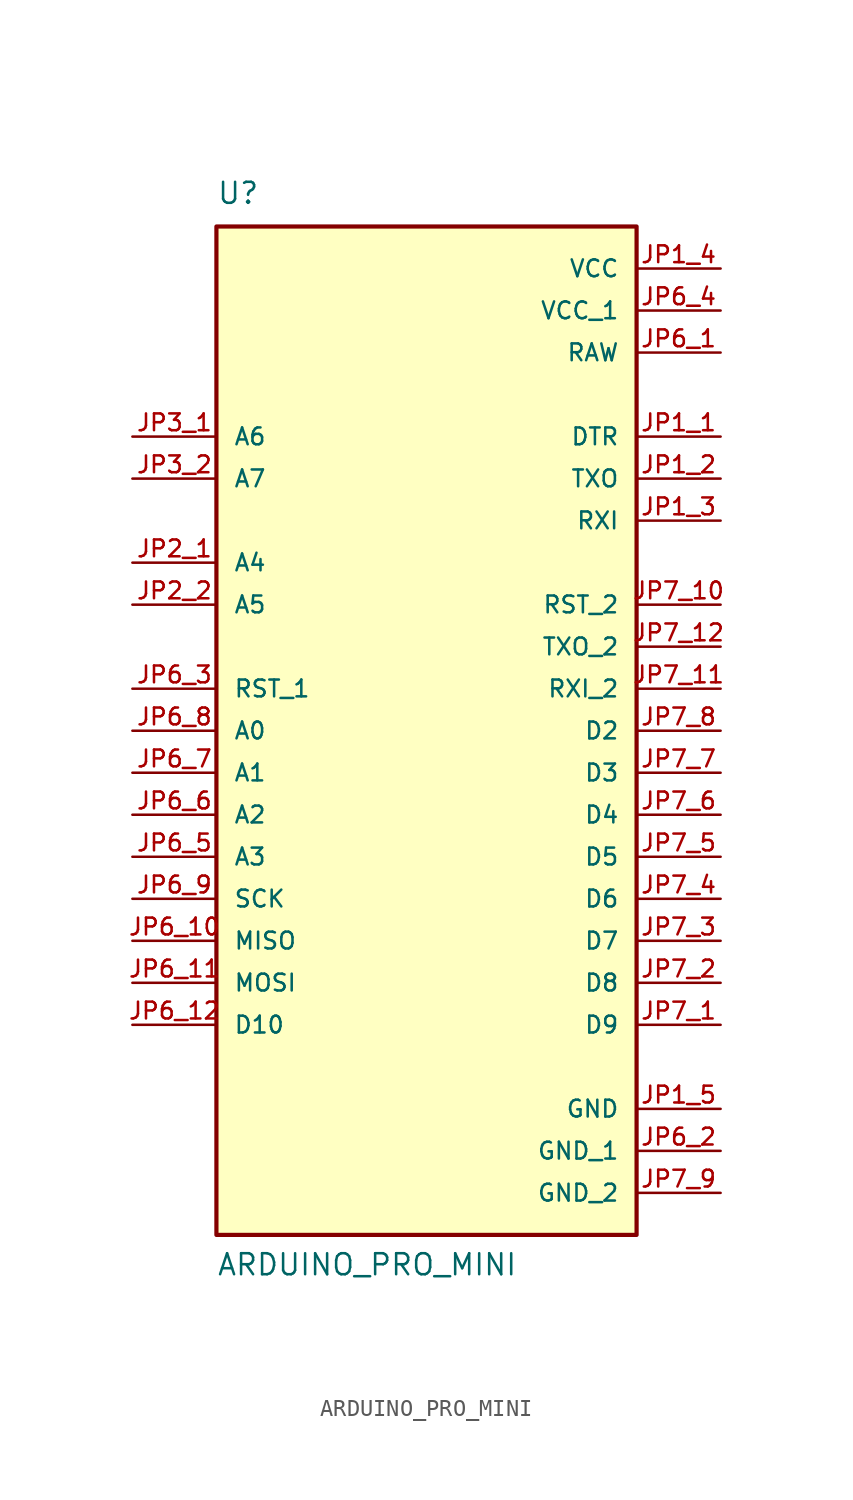
<source format=kicad_sym>
(kicad_symbol_lib
  (version 20211014)
  (generator kicad_symbol_editor)
  (symbol "ARDUINO_PRO_MINI"
    (pin_names
      (offset 1.016))
    (property "Reference" "U"
      (at -12.7 31.75 0)
      (effects (font (size 1.27 1.27)) (justify bottom left)))
    (property "Value" "ARDUINO_PRO_MINI"
      (at -12.7 -33.02 0)
      (effects (font (size 1.27 1.27)) (justify bottom left)))
    (symbol "ARDUINO_PRO_MINI_0_0"
      (rectangle (start -12.7 -30.48) (end 12.7 30.48) (stroke (width 0.254)) (fill (type background)))
      (pin bidirectional line (at 17.78 0.0 180.0) (length 5.08) (name "D2" (effects (font (size 1.016 1.016)))) (number "JP7_8" (effects (font (size 1.016 1.016)))))
      (pin bidirectional line (at 17.78 -2.54 180.0) (length 5.08) (name "D3" (effects (font (size 1.016 1.016)))) (number "JP7_7" (effects (font (size 1.016 1.016)))))
      (pin bidirectional line (at 17.78 -5.08 180.0) (length 5.08) (name "D4" (effects (font (size 1.016 1.016)))) (number "JP7_6" (effects (font (size 1.016 1.016)))))
      (pin bidirectional line (at 17.78 -7.62 180.0) (length 5.08) (name "D5" (effects (font (size 1.016 1.016)))) (number "JP7_5" (effects (font (size 1.016 1.016)))))
      (pin bidirectional line (at 17.78 -10.16 180.0) (length 5.08) (name "D6" (effects (font (size 1.016 1.016)))) (number "JP7_4" (effects (font (size 1.016 1.016)))))
      (pin bidirectional line (at 17.78 -12.7 180.0) (length 5.08) (name "D7" (effects (font (size 1.016 1.016)))) (number "JP7_3" (effects (font (size 1.016 1.016)))))
      (pin bidirectional line (at 17.78 -15.24 180.0) (length 5.08) (name "D8" (effects (font (size 1.016 1.016)))) (number "JP7_2" (effects (font (size 1.016 1.016)))))
      (pin bidirectional line (at 17.78 -17.78 180.0) (length 5.08) (name "D9" (effects (font (size 1.016 1.016)))) (number "JP7_1" (effects (font (size 1.016 1.016)))))
      (pin bidirectional line (at -17.78 -17.78 0) (length 5.08) (name "D10" (effects (font (size 1.016 1.016)))) (number "JP6_12" (effects (font (size 1.016 1.016)))))
      (pin bidirectional line (at -17.78 -15.24 0) (length 5.08) (name "MOSI" (effects (font (size 1.016 1.016)))) (number "JP6_11" (effects (font (size 1.016 1.016)))))
      (pin bidirectional line (at -17.78 -12.7 0) (length 5.08) (name "MISO" (effects (font (size 1.016 1.016)))) (number "JP6_10" (effects (font (size 1.016 1.016)))))
      (pin bidirectional line (at -17.78 -10.16 0) (length 5.08) (name "SCK" (effects (font (size 1.016 1.016)))) (number "JP6_9" (effects (font (size 1.016 1.016)))))
      (pin bidirectional line (at -17.78 0.0 0) (length 5.08) (name "A0" (effects (font (size 1.016 1.016)))) (number "JP6_8" (effects (font (size 1.016 1.016)))))
      (pin bidirectional line (at -17.78 -2.54 0) (length 5.08) (name "A1" (effects (font (size 1.016 1.016)))) (number "JP6_7" (effects (font (size 1.016 1.016)))))
      (pin bidirectional line (at -17.78 -5.08 0) (length 5.08) (name "A2" (effects (font (size 1.016 1.016)))) (number "JP6_6" (effects (font (size 1.016 1.016)))))
      (pin bidirectional line (at -17.78 -7.62 0) (length 5.08) (name "A3" (effects (font (size 1.016 1.016)))) (number "JP6_5" (effects (font (size 1.016 1.016)))))
      (pin power_in line (at 17.78 -27.94 180.0) (length 5.08) (name "GND_2" (effects (font (size 1.016 1.016)))) (number "JP7_9" (effects (font (size 1.016 1.016)))))
      (pin power_in line (at 17.78 -25.4 180.0) (length 5.08) (name "GND_1" (effects (font (size 1.016 1.016)))) (number "JP6_2" (effects (font (size 1.016 1.016)))))
      (pin power_in line (at 17.78 22.86 180.0) (length 5.08) (name "RAW" (effects (font (size 1.016 1.016)))) (number "JP6_1" (effects (font (size 1.016 1.016)))))
      (pin input line (at 17.78 7.62 180.0) (length 5.08) (name "RST_2" (effects (font (size 1.016 1.016)))) (number "JP7_10" (effects (font (size 1.016 1.016)))))
      (pin input line (at -17.78 2.54 0) (length 5.08) (name "RST_1" (effects (font (size 1.016 1.016)))) (number "JP6_3" (effects (font (size 1.016 1.016)))))
      (pin bidirectional line (at 17.78 2.54 180.0) (length 5.08) (name "RXI_2" (effects (font (size 1.016 1.016)))) (number "JP7_11" (effects (font (size 1.016 1.016)))))
      (pin bidirectional line (at 17.78 5.08 180.0) (length 5.08) (name "TXO_2" (effects (font (size 1.016 1.016)))) (number "JP7_12" (effects (font (size 1.016 1.016)))))
      (pin power_in line (at 17.78 25.4 180.0) (length 5.08) (name "VCC_1" (effects (font (size 1.016 1.016)))) (number "JP6_4" (effects (font (size 1.016 1.016)))))
      (pin input line (at -17.78 15.24 0) (length 5.08) (name "A7" (effects (font (size 1.016 1.016)))) (number "JP3_2" (effects (font (size 1.016 1.016)))))
      (pin input line (at -17.78 17.78 0) (length 5.08) (name "A6" (effects (font (size 1.016 1.016)))) (number "JP3_1" (effects (font (size 1.016 1.016)))))
      (pin bidirectional line (at -17.78 10.16 0) (length 5.08) (name "A4" (effects (font (size 1.016 1.016)))) (number "JP2_1" (effects (font (size 1.016 1.016)))))
      (pin bidirectional line (at -17.78 7.62 0) (length 5.08) (name "A5" (effects (font (size 1.016 1.016)))) (number "JP2_2" (effects (font (size 1.016 1.016)))))
      (pin power_in line (at 17.78 -22.86 180.0) (length 5.08) (name "GND" (effects (font (size 1.016 1.016)))) (number "JP1_5" (effects (font (size 1.016 1.016)))))
      (pin power_in line (at 17.78 -22.86 180.0) (length 5.08) hide (name "GND" (effects (font (size 1.016 1.016)))) (number "JP1_6" (effects (font (size 1.016 1.016)))))
      (pin power_in line (at 17.78 27.94 180.0) (length 5.08) (name "VCC" (effects (font (size 1.016 1.016)))) (number "JP1_4" (effects (font (size 1.016 1.016)))))
      (pin bidirectional line (at 17.78 12.7 180.0) (length 5.08) (name "RXI" (effects (font (size 1.016 1.016)))) (number "JP1_3" (effects (font (size 1.016 1.016)))))
      (pin bidirectional line (at 17.78 15.24 180.0) (length 5.08) (name "TXO" (effects (font (size 1.016 1.016)))) (number "JP1_2" (effects (font (size 1.016 1.016)))))
      (pin input line (at 17.78 17.78 180.0) (length 5.08) (name "DTR" (effects (font (size 1.016 1.016)))) (number "JP1_1" (effects (font (size 1.016 1.016))))))))
</source>
